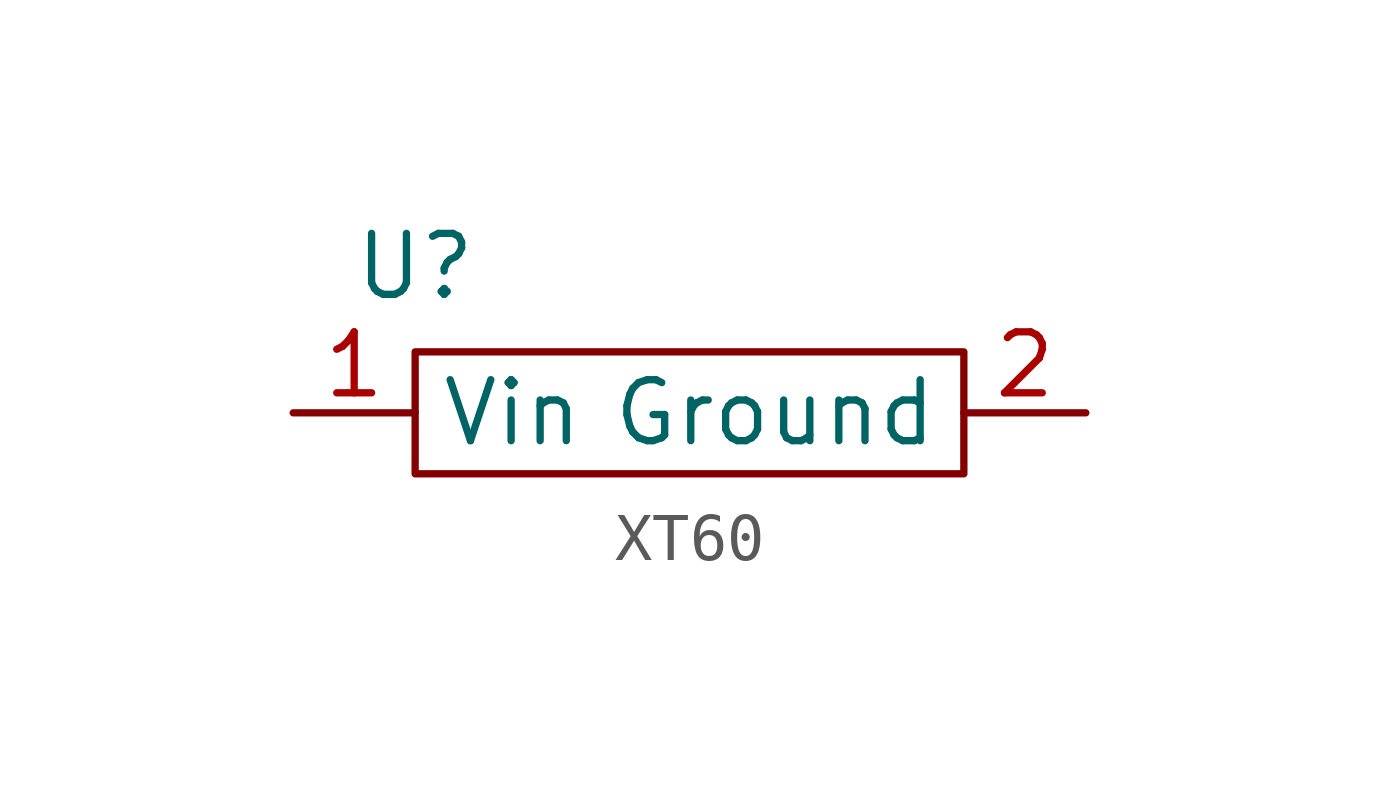
<source format=kicad_sym>
(kicad_symbol_lib
  (version 20241209)
  (generator "kicad_symbol_editor")
  (generator_version "9.0")
  (symbol "XT60"
    (property "Reference" "U"
      (at 0 1.778 0)
      (effects (font (size 1.27 1.27))))
    (property "Value" ""
      (at 0 0 0)
      (effects (font (size 1.27 1.27))))
    (symbol "XT60_0_1"
      (rectangle (start 0 0) (end 11.43 -2.54) (stroke (width 0) (type default)) (fill (type none))))
    (symbol "XT60_1_1"
      (pin bidirectional line (at -2.54 -1.27 0) (length 2.54) (name "Vin" (effects (font (size 1.27 1.27)))) (number "1" (effects (font (size 1.27 1.27)))))
      (pin bidirectional line (at 13.97 -1.27 180) (length 2.54) (name "Ground" (effects (font (size 1.27 1.27)))) (number "2" (effects (font (size 1.27 1.27))))))))
</source>
